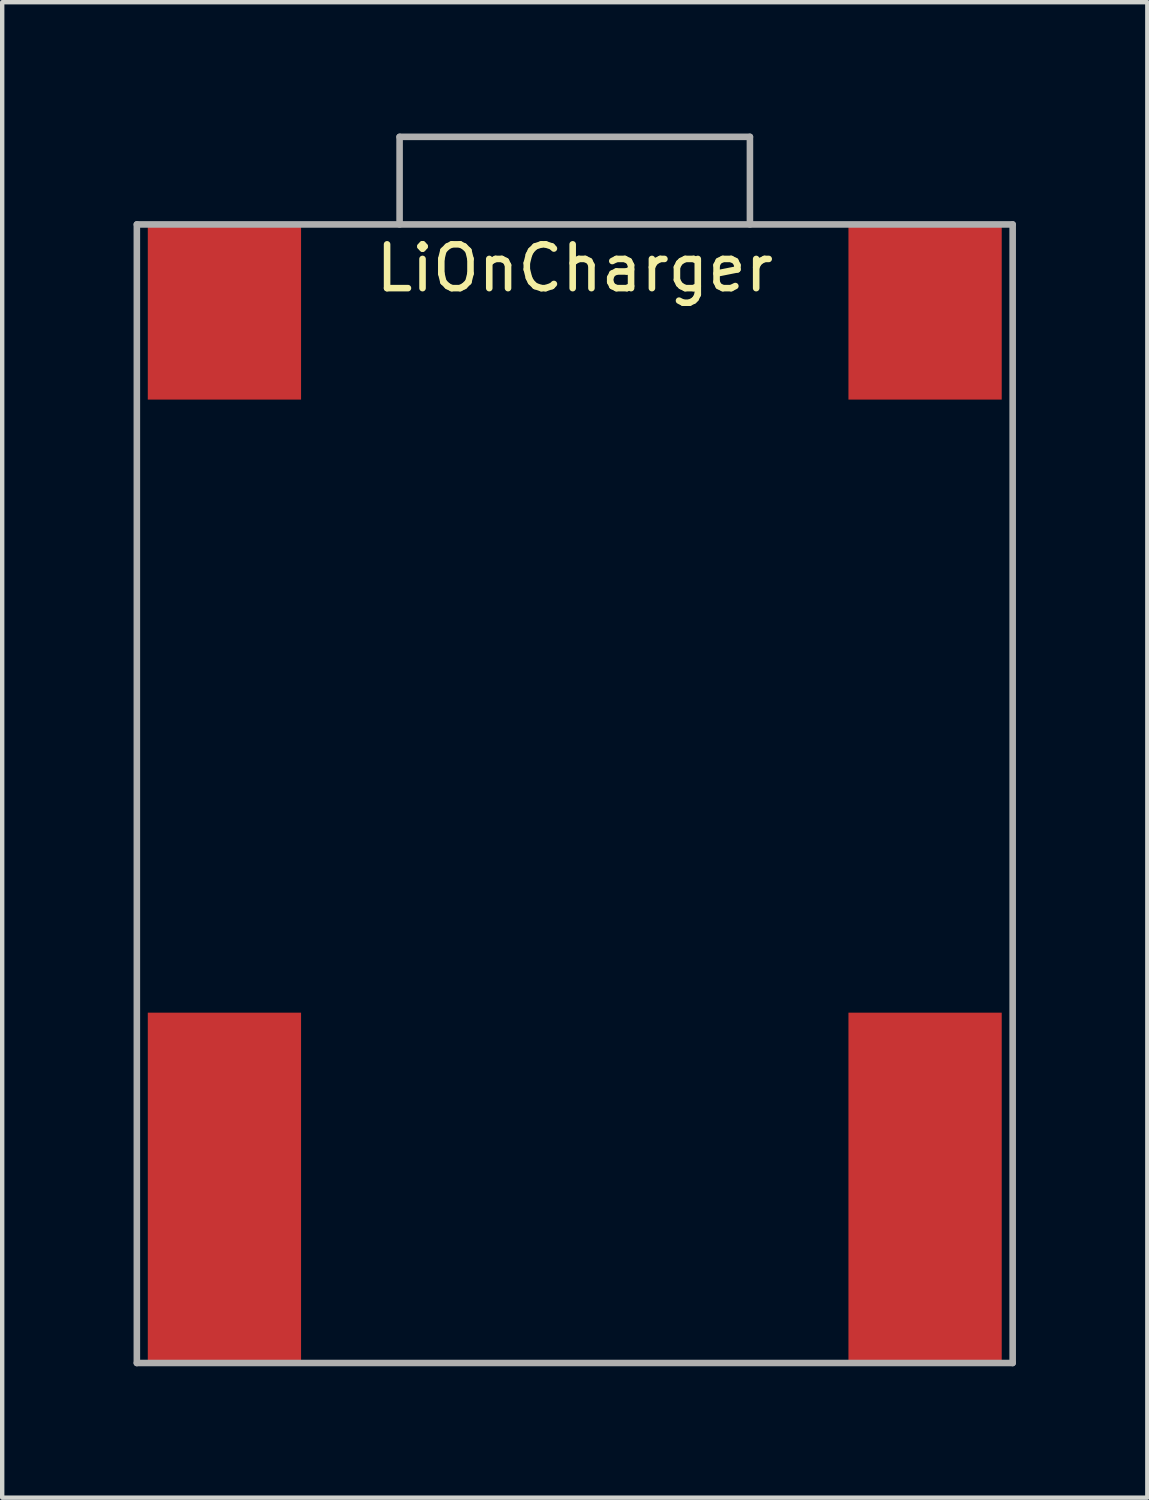
<source format=kicad_pcb>
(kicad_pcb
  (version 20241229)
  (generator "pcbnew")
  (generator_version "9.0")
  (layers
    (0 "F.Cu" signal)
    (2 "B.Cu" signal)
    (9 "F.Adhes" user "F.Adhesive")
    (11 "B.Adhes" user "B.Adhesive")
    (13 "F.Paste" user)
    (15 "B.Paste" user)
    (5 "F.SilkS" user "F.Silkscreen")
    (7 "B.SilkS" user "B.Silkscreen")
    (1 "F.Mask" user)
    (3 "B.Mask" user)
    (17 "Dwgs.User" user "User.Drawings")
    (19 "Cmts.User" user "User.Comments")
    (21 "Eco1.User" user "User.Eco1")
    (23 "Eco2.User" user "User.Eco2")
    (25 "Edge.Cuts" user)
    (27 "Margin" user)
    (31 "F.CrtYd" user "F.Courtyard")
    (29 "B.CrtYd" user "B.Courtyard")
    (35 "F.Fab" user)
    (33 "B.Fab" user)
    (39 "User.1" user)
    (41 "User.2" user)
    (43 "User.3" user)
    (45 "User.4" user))
  (footprint "LiOnCharger"
    (layer "F.Cu")
    (at 10.075 13.075)
    (property "Reference" "LiOnCharger" (at 0 -10 0) (layer "F.SilkS") (effects (font (size 1 1) (thickness 0.15))))
    (attr through_hole)
    (fp_line (start -10 -11) (end -10 15) (stroke (width 0.15) (type solid)) (layer "F.Fab"))
    (fp_line (start -10 15) (end 10 15) (stroke (width 0.15) (type solid)) (layer "F.Fab"))
    (fp_line (start -4 -13) (end -4 -11) (stroke (width 0.15) (type solid)) (layer "F.Fab"))
    (fp_line (start 4 -13) (end -4 -13) (stroke (width 0.15) (type solid)) (layer "F.Fab"))
    (fp_line (start 4 -11) (end 4 -13) (stroke (width 0.15) (type solid)) (layer "F.Fab"))
    (fp_line (start 10 -11) (end -10 -11) (stroke (width 0.15) (type solid)) (layer "F.Fab"))
    (fp_line (start 10 15) (end 10 -11) (stroke (width 0.15) (type solid)) (layer "F.Fab"))
    (pad "1" smd rect (at 8 -9) (size 3.5 4) (layers "F.Cu" "F.Mask" "F.Paste"))
    (pad "2" smd rect (at -8 -9) (size 3.5 4) (layers "F.Cu" "F.Mask" "F.Paste"))
    (pad "3" smd rect (at -8 11) (size 3.5 8) (layers "F.Cu" "F.Mask" "F.Paste"))
    (pad "4" smd rect (at 8 11) (size 3.5 8) (layers "F.Cu" "F.Mask" "F.Paste")))
  (gr_rect
    (start -3 -3)
    (end 23.15 31.15)
    (stroke (width 0.1) (type default))
    (fill no)
    (layer "Edge.Cuts")))
</source>
